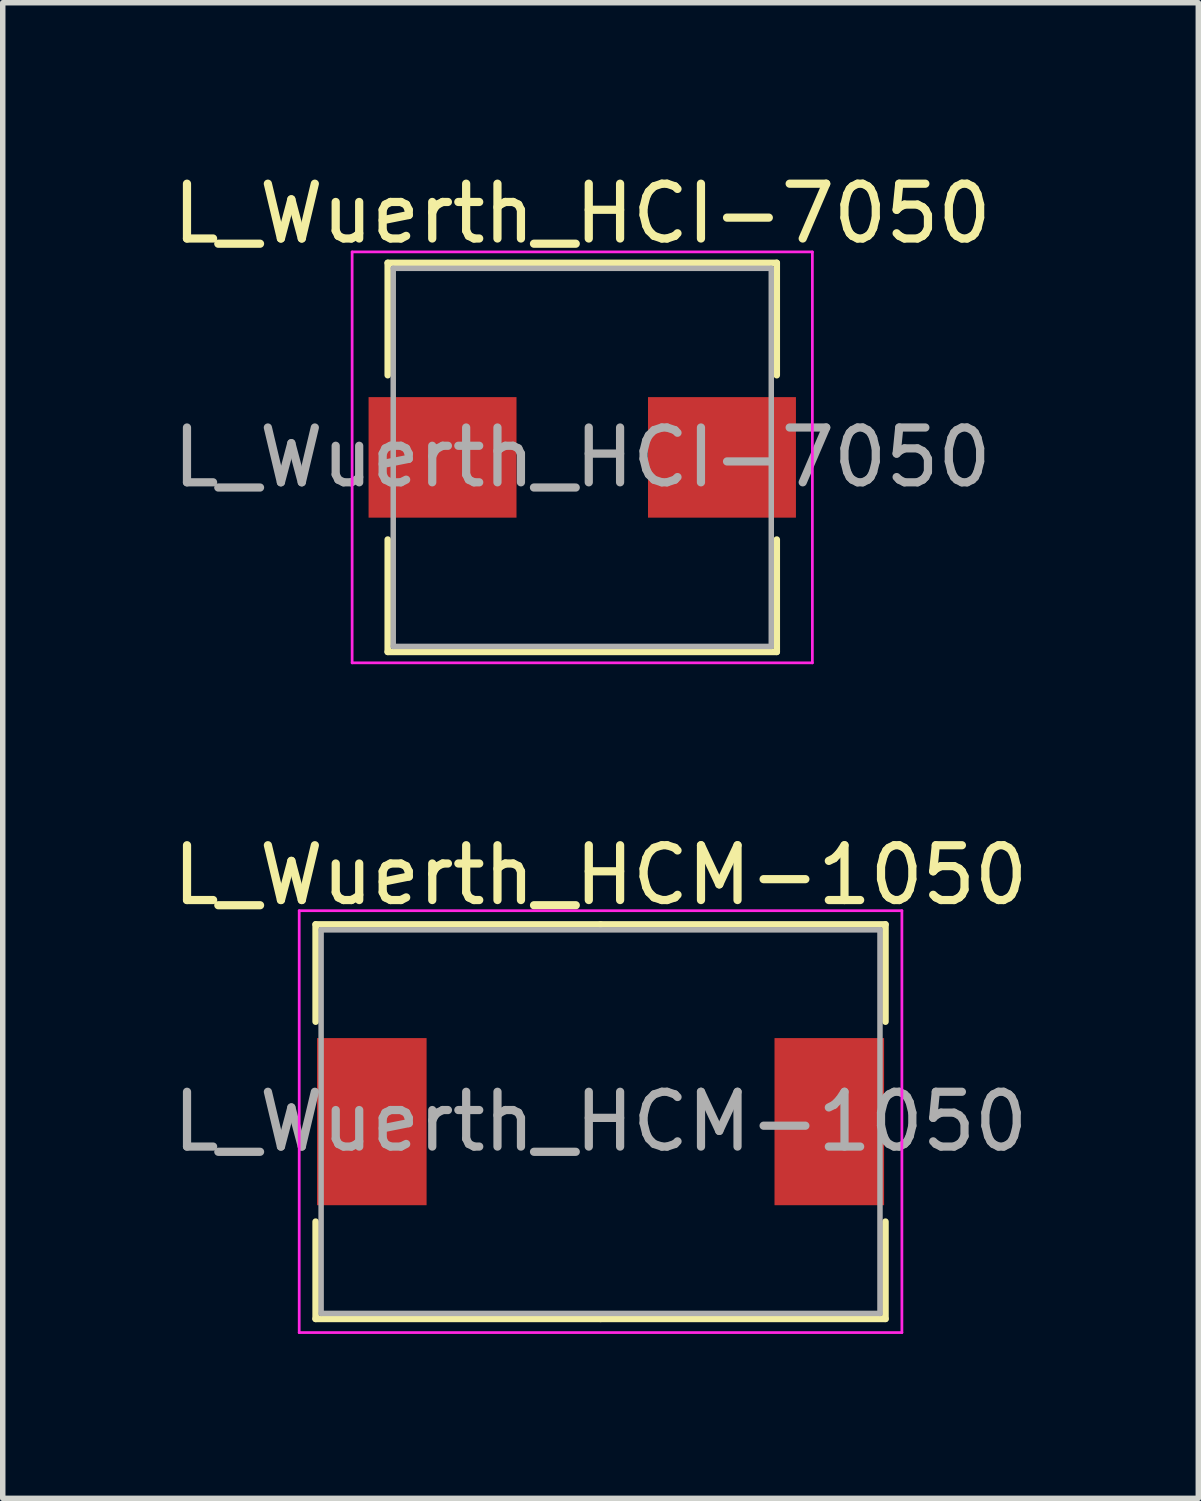
<source format=kicad_pcb>
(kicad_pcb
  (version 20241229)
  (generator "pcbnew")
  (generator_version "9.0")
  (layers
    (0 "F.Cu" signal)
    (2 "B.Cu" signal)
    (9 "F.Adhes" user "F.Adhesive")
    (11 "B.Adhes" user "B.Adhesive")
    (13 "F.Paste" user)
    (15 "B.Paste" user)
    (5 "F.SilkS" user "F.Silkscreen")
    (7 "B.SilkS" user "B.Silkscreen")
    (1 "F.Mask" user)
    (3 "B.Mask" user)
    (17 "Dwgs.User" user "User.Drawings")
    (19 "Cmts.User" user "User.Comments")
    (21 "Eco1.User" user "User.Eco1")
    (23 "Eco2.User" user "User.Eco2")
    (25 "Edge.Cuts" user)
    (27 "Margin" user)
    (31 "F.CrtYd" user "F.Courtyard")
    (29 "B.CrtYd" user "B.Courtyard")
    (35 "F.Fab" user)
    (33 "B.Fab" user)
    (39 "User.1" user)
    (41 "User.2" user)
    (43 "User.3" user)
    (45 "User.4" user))
  (footprint "L_Wuerth_HCI-7050"
    (layer "F.Cu")
    (at 7.577 5.298)
    (property "Reference" "L_Wuerth_HCI-7050" (at 0 -4.45 0) (layer "F.SilkS") (effects (font (size 1 1) (thickness 0.15))))
    (attr smd)
    (fp_line (start -3.55 -3.55) (end 3.55 -3.55) (stroke (width 0.12) (type solid)) (layer "F.SilkS"))
    (fp_line (start -3.55 -1.5) (end -3.55 -3.55) (stroke (width 0.12) (type solid)) (layer "F.SilkS"))
    (fp_line (start -3.55 1.5) (end -3.55 3.55) (stroke (width 0.12) (type solid)) (layer "F.SilkS"))
    (fp_line (start -3.55 3.55) (end 3.55 3.55) (stroke (width 0.12) (type solid)) (layer "F.SilkS"))
    (fp_line (start 3.55 -3.55) (end 3.55 -1.5) (stroke (width 0.12) (type solid)) (layer "F.SilkS"))
    (fp_line (start 3.55 3.55) (end 3.55 1.5) (stroke (width 0.12) (type solid)) (layer "F.SilkS"))
    (fp_line (start -4.2 -3.75) (end -4.2 3.75) (stroke (width 0.05) (type solid)) (layer "F.CrtYd"))
    (fp_line (start -4.2 3.75) (end 4.2 3.75) (stroke (width 0.05) (type solid)) (layer "F.CrtYd"))
    (fp_line (start 4.2 -3.75) (end -4.2 -3.75) (stroke (width 0.05) (type solid)) (layer "F.CrtYd"))
    (fp_line (start 4.2 3.75) (end 4.2 -3.75) (stroke (width 0.05) (type solid)) (layer "F.CrtYd"))
    (fp_line (start -3.45 -3.45) (end -3.45 3.45) (stroke (width 0.1) (type solid)) (layer "F.Fab"))
    (fp_line (start -3.45 3.45) (end 3.45 3.45) (stroke (width 0.1) (type solid)) (layer "F.Fab"))
    (fp_line (start 3.45 -3.45) (end -3.45 -3.45) (stroke (width 0.1) (type solid)) (layer "F.Fab"))
    (fp_line (start 3.45 3.45) (end 3.45 -3.45) (stroke (width 0.1) (type solid)) (layer "F.Fab"))
    (fp_text user "${REFERENCE}" (at 0 0 0) (layer "F.Fab") (effects (font (size 1 1) (thickness 0.15))))
    (pad "1" smd rect (at -2.55 0) (size 2.7 2.2) (layers "F.Cu" "F.Mask" "F.Paste"))
    (pad "2" smd rect (at 2.55 0) (size 2.7 2.2) (layers "F.Cu" "F.Mask" "F.Paste")))
  (footprint "L_Wuerth_HCM-1050"
    (layer "F.Cu")
    (at 7.911 17.422)
    (property "Reference" "L_Wuerth_HCM-1050" (at 0 -4.5 0) (layer "F.SilkS") (effects (font (size 1 1) (thickness 0.15))))
    (attr smd)
    (fp_line (start -5.2 -3.6) (end 0 -3.6) (stroke (width 0.12) (type solid)) (layer "F.SilkS"))
    (fp_line (start -5.2 -1.825) (end -5.2 -3.6) (stroke (width 0.12) (type solid)) (layer "F.SilkS"))
    (fp_line (start -5.2 1.825) (end -5.2 3.6) (stroke (width 0.12) (type solid)) (layer "F.SilkS"))
    (fp_line (start -5.2 3.6) (end 0 3.6) (stroke (width 0.12) (type solid)) (layer "F.SilkS"))
    (fp_line (start 5.2 -3.6) (end 0 -3.6) (stroke (width 0.12) (type solid)) (layer "F.SilkS"))
    (fp_line (start 5.2 -1.825) (end 5.2 -3.6) (stroke (width 0.12) (type solid)) (layer "F.SilkS"))
    (fp_line (start 5.2 1.825) (end 5.2 3.6) (stroke (width 0.12) (type solid)) (layer "F.SilkS"))
    (fp_line (start 5.2 3.6) (end 0 3.6) (stroke (width 0.12) (type solid)) (layer "F.SilkS"))
    (fp_line (start -5.5 -3.85) (end -5.5 3.85) (stroke (width 0.05) (type solid)) (layer "F.CrtYd"))
    (fp_line (start -5.5 3.85) (end 5.5 3.85) (stroke (width 0.05) (type solid)) (layer "F.CrtYd"))
    (fp_line (start 5.5 -3.85) (end -5.5 -3.85) (stroke (width 0.05) (type solid)) (layer "F.CrtYd"))
    (fp_line (start 5.5 3.85) (end 5.5 -3.85) (stroke (width 0.05) (type solid)) (layer "F.CrtYd"))
    (fp_line (start -5.1 -3.5) (end -5.1 3.5) (stroke (width 0.1) (type solid)) (layer "F.Fab"))
    (fp_line (start -5.1 3.5) (end 5.1 3.5) (stroke (width 0.1) (type solid)) (layer "F.Fab"))
    (fp_line (start 5.1 -3.5) (end -5.1 -3.5) (stroke (width 0.1) (type solid)) (layer "F.Fab"))
    (fp_line (start 5.1 3.5) (end 5.1 -3.5) (stroke (width 0.1) (type solid)) (layer "F.Fab"))
    (fp_text user "${REFERENCE}" (at 0 0 0) (layer "F.Fab") (effects (font (size 1 1) (thickness 0.15))))
    (pad "1" smd rect (at -4.175 0) (size 2 3.05) (layers "F.Cu" "F.Mask" "F.Paste"))
    (pad "2" smd rect (at 4.175 0) (size 2 3.05) (layers "F.Cu" "F.Mask" "F.Paste")))
  (gr_rect
    (start -3 -3)
    (end 18.821 24.297)
    (stroke (width 0.1) (type default))
    (fill no)
    (layer "Edge.Cuts")))
</source>
